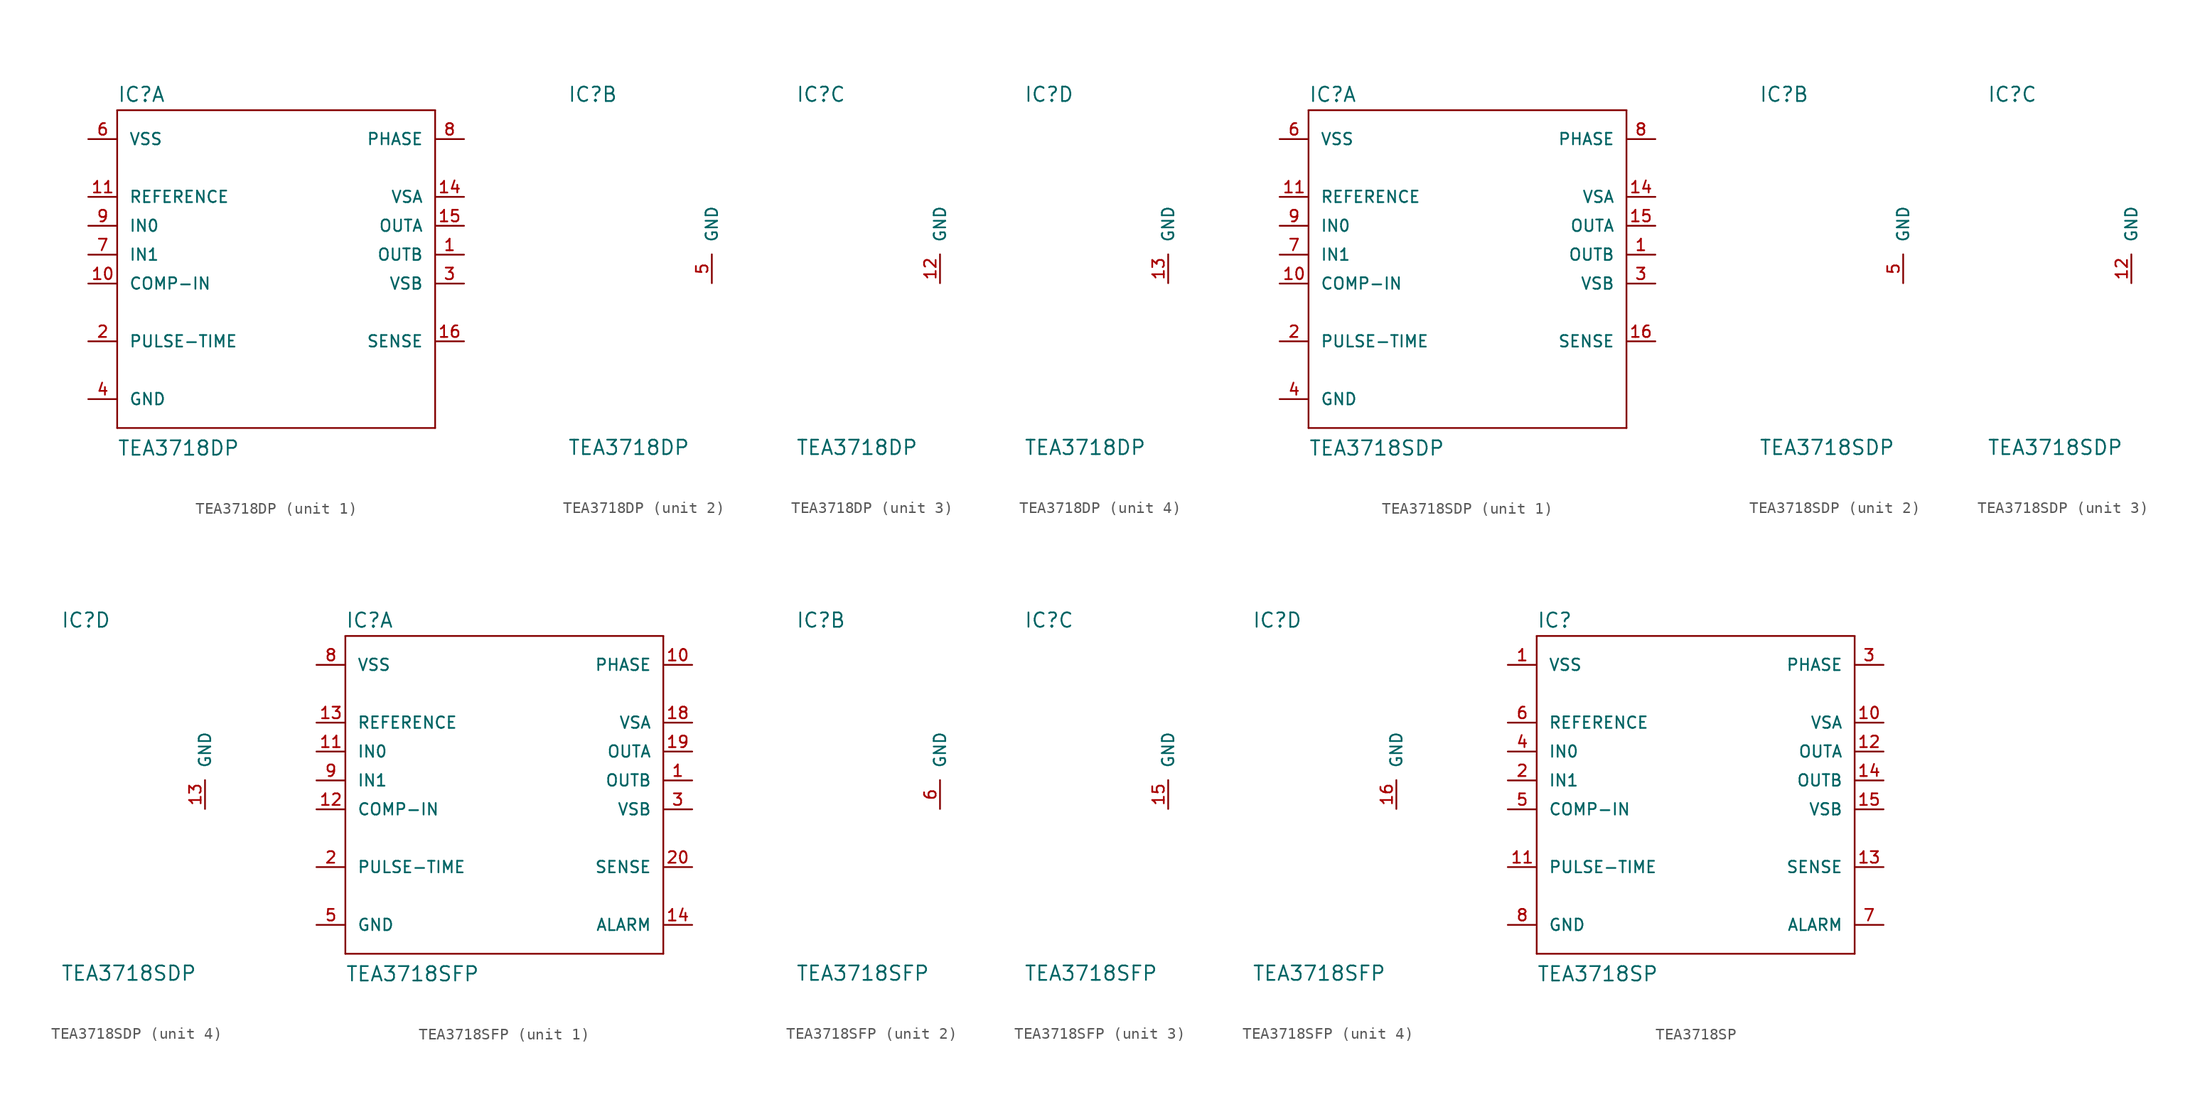
<source format=kicad_sym>
(kicad_symbol_lib
  (version 20211014)
  (generator kicad_symbol_editor)
  (symbol "TEA3718DP"
    (pin_names
      (offset 1.016))
    (property "Reference" "IC"
      (at -12.7 13.335 0)
      (effects (font (size 1.27 1.27)) (justify left bottom)))
    (property "Value" "TEA3718DP"
      (at -12.7 -17.755 0)
      (effects (font (size 1.27 1.27)) (justify left bottom)))
    (property "ki_locked" ""
      (at 0 0 0)
      (effects (font (size 1.27 1.27))))
    (symbol "TEA3718DP_1_0"
      (polyline (pts (xy -12.7 -15.24) (xy 15.24 -15.24)) (stroke (width 0) (type default) (color 0 0 0 0)) (fill (type none)))
      (polyline (pts (xy -12.7 12.7) (xy -12.7 -15.24)) (stroke (width 0) (type default) (color 0 0 0 0)) (fill (type none)))
      (polyline (pts (xy 15.24 -15.24) (xy 15.24 12.7)) (stroke (width 0) (type default) (color 0 0 0 0)) (fill (type none)))
      (polyline (pts (xy 15.24 12.7) (xy -12.7 12.7)) (stroke (width 0) (type default) (color 0 0 0 0)) (fill (type none))))
    (symbol "TEA3718DP_1_1"
      (pin output line (at 17.78 0 180) (length 2.54) (name "OUTB" (effects (font (size 1.016 1.016)))) (number "1" (effects (font (size 1.016 1.016)))))
      (pin input line (at -15.24 -2.54 0) (length 2.54) (name "COMP-IN" (effects (font (size 1.016 1.016)))) (number "10" (effects (font (size 1.016 1.016)))))
      (pin input line (at -15.24 5.08 0) (length 2.54) (name "REFERENCE" (effects (font (size 1.016 1.016)))) (number "11" (effects (font (size 1.016 1.016)))))
      (pin power_in line (at 17.78 5.08 180) (length 2.54) (name "VSA" (effects (font (size 1.016 1.016)))) (number "14" (effects (font (size 1.016 1.016)))))
      (pin output line (at 17.78 2.54 180) (length 2.54) (name "OUTA" (effects (font (size 1.016 1.016)))) (number "15" (effects (font (size 1.016 1.016)))))
      (pin input line (at 17.78 -7.62 180) (length 2.54) (name "SENSE" (effects (font (size 1.016 1.016)))) (number "16" (effects (font (size 1.016 1.016)))))
      (pin passive line (at -15.24 -7.62 0) (length 2.54) (name "PULSE-TIME" (effects (font (size 1.016 1.016)))) (number "2" (effects (font (size 1.016 1.016)))))
      (pin power_in line (at 17.78 -2.54 180) (length 2.54) (name "VSB" (effects (font (size 1.016 1.016)))) (number "3" (effects (font (size 1.016 1.016)))))
      (pin power_in line (at -15.24 -12.7 0) (length 2.54) (name "GND" (effects (font (size 1.016 1.016)))) (number "4" (effects (font (size 1.016 1.016)))))
      (pin power_in line (at -15.24 10.16 0) (length 2.54) (name "VSS" (effects (font (size 1.016 1.016)))) (number "6" (effects (font (size 1.016 1.016)))))
      (pin input line (at -15.24 0 0) (length 2.54) (name "IN1" (effects (font (size 1.016 1.016)))) (number "7" (effects (font (size 1.016 1.016)))))
      (pin input line (at 17.78 10.16 180) (length 2.54) (name "PHASE" (effects (font (size 1.016 1.016)))) (number "8" (effects (font (size 1.016 1.016)))))
      (pin input line (at -15.24 2.54 0) (length 2.54) (name "IN0" (effects (font (size 1.016 1.016)))) (number "9" (effects (font (size 1.016 1.016))))))
    (symbol "TEA3718DP_2_1"
      (pin power_in line (at 0 -2.54 90) (length 2.54) (name "GND" (effects (font (size 1.016 1.016)))) (number "5" (effects (font (size 1.016 1.016))))))
    (symbol "TEA3718DP_3_1"
      (pin power_in line (at 0 -2.54 90) (length 2.54) (name "GND" (effects (font (size 1.016 1.016)))) (number "12" (effects (font (size 1.016 1.016))))))
    (symbol "TEA3718DP_4_1"
      (pin power_in line (at 0 -2.54 90) (length 2.54) (name "GND" (effects (font (size 1.016 1.016)))) (number "13" (effects (font (size 1.016 1.016)))))))
  (symbol "TEA3718SDP"
    (pin_names
      (offset 1.016))
    (property "Reference" "IC"
      (at -12.7 13.335 0)
      (effects (font (size 1.27 1.27)) (justify left bottom)))
    (property "Value" "TEA3718SDP"
      (at -12.7 -17.755 0)
      (effects (font (size 1.27 1.27)) (justify left bottom)))
    (property "ki_locked" ""
      (at 0 0 0)
      (effects (font (size 1.27 1.27))))
    (symbol "TEA3718SDP_1_0"
      (polyline (pts (xy -12.7 -15.24) (xy 15.24 -15.24)) (stroke (width 0) (type default) (color 0 0 0 0)) (fill (type none)))
      (polyline (pts (xy -12.7 12.7) (xy -12.7 -15.24)) (stroke (width 0) (type default) (color 0 0 0 0)) (fill (type none)))
      (polyline (pts (xy 15.24 -15.24) (xy 15.24 12.7)) (stroke (width 0) (type default) (color 0 0 0 0)) (fill (type none)))
      (polyline (pts (xy 15.24 12.7) (xy -12.7 12.7)) (stroke (width 0) (type default) (color 0 0 0 0)) (fill (type none))))
    (symbol "TEA3718SDP_1_1"
      (pin output line (at 17.78 0 180) (length 2.54) (name "OUTB" (effects (font (size 1.016 1.016)))) (number "1" (effects (font (size 1.016 1.016)))))
      (pin input line (at -15.24 -2.54 0) (length 2.54) (name "COMP-IN" (effects (font (size 1.016 1.016)))) (number "10" (effects (font (size 1.016 1.016)))))
      (pin input line (at -15.24 5.08 0) (length 2.54) (name "REFERENCE" (effects (font (size 1.016 1.016)))) (number "11" (effects (font (size 1.016 1.016)))))
      (pin power_in line (at 17.78 5.08 180) (length 2.54) (name "VSA" (effects (font (size 1.016 1.016)))) (number "14" (effects (font (size 1.016 1.016)))))
      (pin output line (at 17.78 2.54 180) (length 2.54) (name "OUTA" (effects (font (size 1.016 1.016)))) (number "15" (effects (font (size 1.016 1.016)))))
      (pin input line (at 17.78 -7.62 180) (length 2.54) (name "SENSE" (effects (font (size 1.016 1.016)))) (number "16" (effects (font (size 1.016 1.016)))))
      (pin passive line (at -15.24 -7.62 0) (length 2.54) (name "PULSE-TIME" (effects (font (size 1.016 1.016)))) (number "2" (effects (font (size 1.016 1.016)))))
      (pin power_in line (at 17.78 -2.54 180) (length 2.54) (name "VSB" (effects (font (size 1.016 1.016)))) (number "3" (effects (font (size 1.016 1.016)))))
      (pin power_in line (at -15.24 -12.7 0) (length 2.54) (name "GND" (effects (font (size 1.016 1.016)))) (number "4" (effects (font (size 1.016 1.016)))))
      (pin power_in line (at -15.24 10.16 0) (length 2.54) (name "VSS" (effects (font (size 1.016 1.016)))) (number "6" (effects (font (size 1.016 1.016)))))
      (pin input line (at -15.24 0 0) (length 2.54) (name "IN1" (effects (font (size 1.016 1.016)))) (number "7" (effects (font (size 1.016 1.016)))))
      (pin input line (at 17.78 10.16 180) (length 2.54) (name "PHASE" (effects (font (size 1.016 1.016)))) (number "8" (effects (font (size 1.016 1.016)))))
      (pin input line (at -15.24 2.54 0) (length 2.54) (name "IN0" (effects (font (size 1.016 1.016)))) (number "9" (effects (font (size 1.016 1.016))))))
    (symbol "TEA3718SDP_2_1"
      (pin power_in line (at 0 -2.54 90) (length 2.54) (name "GND" (effects (font (size 1.016 1.016)))) (number "5" (effects (font (size 1.016 1.016))))))
    (symbol "TEA3718SDP_3_1"
      (pin power_in line (at 0 -2.54 90) (length 2.54) (name "GND" (effects (font (size 1.016 1.016)))) (number "12" (effects (font (size 1.016 1.016))))))
    (symbol "TEA3718SDP_4_1"
      (pin power_in line (at 0 -2.54 90) (length 2.54) (name "GND" (effects (font (size 1.016 1.016)))) (number "13" (effects (font (size 1.016 1.016)))))))
  (symbol "TEA3718SFP"
    (pin_names
      (offset 1.016))
    (property "Reference" "IC"
      (at -12.7 13.335 0)
      (effects (font (size 1.27 1.27)) (justify left bottom)))
    (property "Value" "TEA3718SFP"
      (at -12.7 -17.755 0)
      (effects (font (size 1.27 1.27)) (justify left bottom)))
    (property "ki_locked" ""
      (at 0 0 0)
      (effects (font (size 1.27 1.27))))
    (symbol "TEA3718SFP_1_0"
      (polyline (pts (xy -12.7 -15.24) (xy 15.24 -15.24)) (stroke (width 0) (type default) (color 0 0 0 0)) (fill (type none)))
      (polyline (pts (xy -12.7 12.7) (xy -12.7 -15.24)) (stroke (width 0) (type default) (color 0 0 0 0)) (fill (type none)))
      (polyline (pts (xy 15.24 -15.24) (xy 15.24 12.7)) (stroke (width 0) (type default) (color 0 0 0 0)) (fill (type none)))
      (polyline (pts (xy 15.24 12.7) (xy -12.7 12.7)) (stroke (width 0) (type default) (color 0 0 0 0)) (fill (type none))))
    (symbol "TEA3718SFP_1_1"
      (pin output line (at 17.78 0 180) (length 2.54) (name "OUTB" (effects (font (size 1.016 1.016)))) (number "1" (effects (font (size 1.016 1.016)))))
      (pin input line (at 17.78 10.16 180) (length 2.54) (name "PHASE" (effects (font (size 1.016 1.016)))) (number "10" (effects (font (size 1.016 1.016)))))
      (pin input line (at -15.24 2.54 0) (length 2.54) (name "IN0" (effects (font (size 1.016 1.016)))) (number "11" (effects (font (size 1.016 1.016)))))
      (pin input line (at -15.24 -2.54 0) (length 2.54) (name "COMP-IN" (effects (font (size 1.016 1.016)))) (number "12" (effects (font (size 1.016 1.016)))))
      (pin input line (at -15.24 5.08 0) (length 2.54) (name "REFERENCE" (effects (font (size 1.016 1.016)))) (number "13" (effects (font (size 1.016 1.016)))))
      (pin open_collector line (at 17.78 -12.7 180) (length 2.54) (name "ALARM" (effects (font (size 1.016 1.016)))) (number "14" (effects (font (size 1.016 1.016)))))
      (pin power_in line (at 17.78 5.08 180) (length 2.54) (name "VSA" (effects (font (size 1.016 1.016)))) (number "18" (effects (font (size 1.016 1.016)))))
      (pin output line (at 17.78 2.54 180) (length 2.54) (name "OUTA" (effects (font (size 1.016 1.016)))) (number "19" (effects (font (size 1.016 1.016)))))
      (pin passive line (at -15.24 -7.62 0) (length 2.54) (name "PULSE-TIME" (effects (font (size 1.016 1.016)))) (number "2" (effects (font (size 1.016 1.016)))))
      (pin input line (at 17.78 -7.62 180) (length 2.54) (name "SENSE" (effects (font (size 1.016 1.016)))) (number "20" (effects (font (size 1.016 1.016)))))
      (pin power_in line (at 17.78 -2.54 180) (length 2.54) (name "VSB" (effects (font (size 1.016 1.016)))) (number "3" (effects (font (size 1.016 1.016)))))
      (pin power_in line (at -15.24 -12.7 0) (length 2.54) (name "GND" (effects (font (size 1.016 1.016)))) (number "5" (effects (font (size 1.016 1.016)))))
      (pin power_in line (at -15.24 10.16 0) (length 2.54) (name "VSS" (effects (font (size 1.016 1.016)))) (number "8" (effects (font (size 1.016 1.016)))))
      (pin input line (at -15.24 0 0) (length 2.54) (name "IN1" (effects (font (size 1.016 1.016)))) (number "9" (effects (font (size 1.016 1.016))))))
    (symbol "TEA3718SFP_2_1"
      (pin power_in line (at 0 -2.54 90) (length 2.54) (name "GND" (effects (font (size 1.016 1.016)))) (number "6" (effects (font (size 1.016 1.016))))))
    (symbol "TEA3718SFP_3_1"
      (pin power_in line (at 0 -2.54 90) (length 2.54) (name "GND" (effects (font (size 1.016 1.016)))) (number "15" (effects (font (size 1.016 1.016))))))
    (symbol "TEA3718SFP_4_1"
      (pin power_in line (at 0 -2.54 90) (length 2.54) (name "GND" (effects (font (size 1.016 1.016)))) (number "16" (effects (font (size 1.016 1.016)))))))
  (symbol "TEA3718SP"
    (pin_names
      (offset 1.016))
    (property "Reference" "IC"
      (at -12.7 13.335 0)
      (effects (font (size 1.27 1.27)) (justify left bottom)))
    (property "Value" "TEA3718SP"
      (at -12.7 -17.755 0)
      (effects (font (size 1.27 1.27)) (justify left bottom)))
    (property "ki_locked" ""
      (at 0 0 0)
      (effects (font (size 1.27 1.27))))
    (symbol "TEA3718SP_1_0"
      (polyline (pts (xy -12.7 -15.24) (xy 15.24 -15.24)) (stroke (width 0) (type default) (color 0 0 0 0)) (fill (type none)))
      (polyline (pts (xy -12.7 12.7) (xy -12.7 -15.24)) (stroke (width 0) (type default) (color 0 0 0 0)) (fill (type none)))
      (polyline (pts (xy 15.24 -15.24) (xy 15.24 12.7)) (stroke (width 0) (type default) (color 0 0 0 0)) (fill (type none)))
      (polyline (pts (xy 15.24 12.7) (xy -12.7 12.7)) (stroke (width 0) (type default) (color 0 0 0 0)) (fill (type none))))
    (symbol "TEA3718SP_1_1"
      (pin power_in line (at -15.24 10.16 0) (length 2.54) (name "VSS" (effects (font (size 1.016 1.016)))) (number "1" (effects (font (size 1.016 1.016)))))
      (pin power_in line (at 17.78 5.08 180) (length 2.54) (name "VSA" (effects (font (size 1.016 1.016)))) (number "10" (effects (font (size 1.016 1.016)))))
      (pin passive line (at -15.24 -7.62 0) (length 2.54) (name "PULSE-TIME" (effects (font (size 1.016 1.016)))) (number "11" (effects (font (size 1.016 1.016)))))
      (pin output line (at 17.78 2.54 180) (length 2.54) (name "OUTA" (effects (font (size 1.016 1.016)))) (number "12" (effects (font (size 1.016 1.016)))))
      (pin input line (at 17.78 -7.62 180) (length 2.54) (name "SENSE" (effects (font (size 1.016 1.016)))) (number "13" (effects (font (size 1.016 1.016)))))
      (pin output line (at 17.78 0 180) (length 2.54) (name "OUTB" (effects (font (size 1.016 1.016)))) (number "14" (effects (font (size 1.016 1.016)))))
      (pin power_in line (at 17.78 -2.54 180) (length 2.54) (name "VSB" (effects (font (size 1.016 1.016)))) (number "15" (effects (font (size 1.016 1.016)))))
      (pin input line (at -15.24 0 0) (length 2.54) (name "IN1" (effects (font (size 1.016 1.016)))) (number "2" (effects (font (size 1.016 1.016)))))
      (pin input line (at 17.78 10.16 180) (length 2.54) (name "PHASE" (effects (font (size 1.016 1.016)))) (number "3" (effects (font (size 1.016 1.016)))))
      (pin input line (at -15.24 2.54 0) (length 2.54) (name "IN0" (effects (font (size 1.016 1.016)))) (number "4" (effects (font (size 1.016 1.016)))))
      (pin input line (at -15.24 -2.54 0) (length 2.54) (name "COMP-IN" (effects (font (size 1.016 1.016)))) (number "5" (effects (font (size 1.016 1.016)))))
      (pin input line (at -15.24 5.08 0) (length 2.54) (name "REFERENCE" (effects (font (size 1.016 1.016)))) (number "6" (effects (font (size 1.016 1.016)))))
      (pin open_collector line (at 17.78 -12.7 180) (length 2.54) (name "ALARM" (effects (font (size 1.016 1.016)))) (number "7" (effects (font (size 1.016 1.016)))))
      (pin power_in line (at -15.24 -12.7 0) (length 2.54) (name "GND" (effects (font (size 1.016 1.016)))) (number "8" (effects (font (size 1.016 1.016))))))))
</source>
